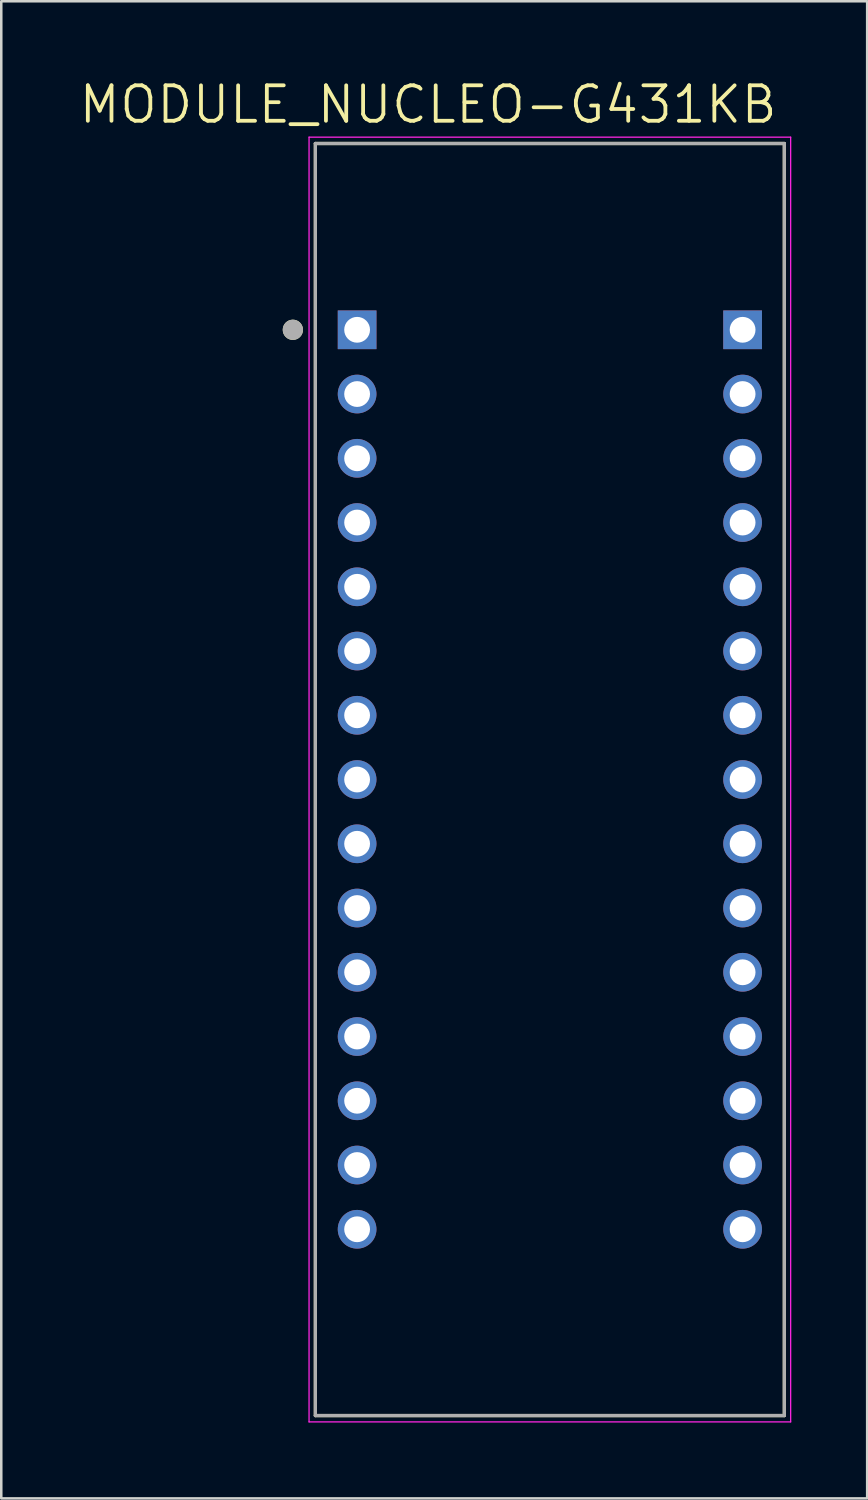
<source format=kicad_pcb>
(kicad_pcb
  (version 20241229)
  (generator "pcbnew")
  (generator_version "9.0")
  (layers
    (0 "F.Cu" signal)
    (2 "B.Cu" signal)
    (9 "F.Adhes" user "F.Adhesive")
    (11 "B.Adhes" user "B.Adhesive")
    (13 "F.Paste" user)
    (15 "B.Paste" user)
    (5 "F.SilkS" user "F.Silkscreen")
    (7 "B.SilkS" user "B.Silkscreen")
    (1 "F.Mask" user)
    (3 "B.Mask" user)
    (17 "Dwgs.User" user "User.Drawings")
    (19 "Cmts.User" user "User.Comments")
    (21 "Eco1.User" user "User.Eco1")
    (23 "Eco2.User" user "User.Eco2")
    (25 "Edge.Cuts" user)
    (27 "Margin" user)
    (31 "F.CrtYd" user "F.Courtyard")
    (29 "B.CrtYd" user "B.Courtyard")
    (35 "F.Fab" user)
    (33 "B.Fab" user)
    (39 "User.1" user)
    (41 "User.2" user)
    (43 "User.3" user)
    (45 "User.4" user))
  (footprint "MODULE_NUCLEO-G431KB"
    (layer "F.Cu")
    (at 18.688 27.768)
    (property "Reference" "MODULE_NUCLEO-G431KB" (at -4.813 -26.684 0) (layer "F.SilkS") (effects (font (size 1.402 1.402) (thickness 0.15))))
    (attr through_hole)
    (fp_line (start -9.27 -25.145) (end 9.27 -25.145) (stroke (width 0.127) (type solid)) (layer "F.SilkS"))
    (fp_line (start -9.27 25.145) (end -9.27 -25.145) (stroke (width 0.127) (type solid)) (layer "F.SilkS"))
    (fp_line (start 9.27 -25.145) (end 9.27 25.145) (stroke (width 0.127) (type solid)) (layer "F.SilkS"))
    (fp_line (start 9.27 25.145) (end -9.27 25.145) (stroke (width 0.127) (type solid)) (layer "F.SilkS"))
    (fp_circle (center -10.16 -17.78) (end -9.96 -17.78) (stroke (width 0.4) (type solid)) (fill no) (layer "F.SilkS"))
    (fp_line (start -9.52 -25.395) (end 9.52 -25.395) (stroke (width 0.05) (type solid)) (layer "F.CrtYd"))
    (fp_line (start -9.52 25.395) (end -9.52 -25.395) (stroke (width 0.05) (type solid)) (layer "F.CrtYd"))
    (fp_line (start 9.52 -25.395) (end 9.52 25.395) (stroke (width 0.05) (type solid)) (layer "F.CrtYd"))
    (fp_line (start 9.52 25.395) (end -9.52 25.395) (stroke (width 0.05) (type solid)) (layer "F.CrtYd"))
    (fp_line (start -9.27 -25.145) (end 9.27 -25.145) (stroke (width 0.127) (type solid)) (layer "F.Fab"))
    (fp_line (start -9.27 25.145) (end -9.27 -25.145) (stroke (width 0.127) (type solid)) (layer "F.Fab"))
    (fp_line (start 9.27 -25.145) (end 9.27 25.145) (stroke (width 0.127) (type solid)) (layer "F.Fab"))
    (fp_line (start 9.27 25.145) (end -9.27 25.145) (stroke (width 0.127) (type solid)) (layer "F.Fab"))
    (fp_circle (center -10.16 -17.78) (end -9.96 -17.78) (stroke (width 0.4) (type solid)) (fill no) (layer "F.Fab"))
    (pad "3_1" thru_hole rect (at -7.62 -17.78) (size 1.53 1.53) (drill 1.02) (layers "*.Cu" "*.Mask"))
    (pad "3_2" thru_hole circle (at -7.62 -15.24) (size 1.53 1.53) (drill 1.02) (layers "*.Cu" "*.Mask"))
    (pad "3_3" thru_hole circle (at -7.62 -12.7) (size 1.53 1.53) (drill 1.02) (layers "*.Cu" "*.Mask"))
    (pad "3_4" thru_hole circle (at -7.62 -10.16) (size 1.53 1.53) (drill 1.02) (layers "*.Cu" "*.Mask"))
    (pad "3_5" thru_hole circle (at -7.62 -7.62) (size 1.53 1.53) (drill 1.02) (layers "*.Cu" "*.Mask"))
    (pad "3_6" thru_hole circle (at -7.62 -5.08) (size 1.53 1.53) (drill 1.02) (layers "*.Cu" "*.Mask"))
    (pad "3_7" thru_hole circle (at -7.62 -2.54) (size 1.53 1.53) (drill 1.02) (layers "*.Cu" "*.Mask"))
    (pad "3_8" thru_hole circle (at -7.62 0) (size 1.53 1.53) (drill 1.02) (layers "*.Cu" "*.Mask"))
    (pad "3_9" thru_hole circle (at -7.62 2.54) (size 1.53 1.53) (drill 1.02) (layers "*.Cu" "*.Mask"))
    (pad "3_10" thru_hole circle (at -7.62 5.08) (size 1.53 1.53) (drill 1.02) (layers "*.Cu" "*.Mask"))
    (pad "3_11" thru_hole circle (at -7.62 7.62) (size 1.53 1.53) (drill 1.02) (layers "*.Cu" "*.Mask"))
    (pad "3_12" thru_hole circle (at -7.62 10.16) (size 1.53 1.53) (drill 1.02) (layers "*.Cu" "*.Mask"))
    (pad "3_13" thru_hole circle (at -7.62 12.7) (size 1.53 1.53) (drill 1.02) (layers "*.Cu" "*.Mask"))
    (pad "3_14" thru_hole circle (at -7.62 15.24) (size 1.53 1.53) (drill 1.02) (layers "*.Cu" "*.Mask"))
    (pad "3_15" thru_hole circle (at -7.62 17.78) (size 1.53 1.53) (drill 1.02) (layers "*.Cu" "*.Mask"))
    (pad "4_1" thru_hole rect (at 7.62 -17.78) (size 1.53 1.53) (drill 1.02) (layers "*.Cu" "*.Mask"))
    (pad "4_2" thru_hole circle (at 7.62 -15.24) (size 1.53 1.53) (drill 1.02) (layers "*.Cu" "*.Mask"))
    (pad "4_3" thru_hole circle (at 7.62 -12.7) (size 1.53 1.53) (drill 1.02) (layers "*.Cu" "*.Mask"))
    (pad "4_4" thru_hole circle (at 7.62 -10.16) (size 1.53 1.53) (drill 1.02) (layers "*.Cu" "*.Mask"))
    (pad "4_5" thru_hole circle (at 7.62 -7.62) (size 1.53 1.53) (drill 1.02) (layers "*.Cu" "*.Mask"))
    (pad "4_6" thru_hole circle (at 7.62 -5.08) (size 1.53 1.53) (drill 1.02) (layers "*.Cu" "*.Mask"))
    (pad "4_7" thru_hole circle (at 7.62 -2.54) (size 1.53 1.53) (drill 1.02) (layers "*.Cu" "*.Mask"))
    (pad "4_8" thru_hole circle (at 7.62 0) (size 1.53 1.53) (drill 1.02) (layers "*.Cu" "*.Mask"))
    (pad "4_9" thru_hole circle (at 7.62 2.54) (size 1.53 1.53) (drill 1.02) (layers "*.Cu" "*.Mask"))
    (pad "4_10" thru_hole circle (at 7.62 5.08) (size 1.53 1.53) (drill 1.02) (layers "*.Cu" "*.Mask"))
    (pad "4_11" thru_hole circle (at 7.62 7.62) (size 1.53 1.53) (drill 1.02) (layers "*.Cu" "*.Mask"))
    (pad "4_12" thru_hole circle (at 7.62 10.16) (size 1.53 1.53) (drill 1.02) (layers "*.Cu" "*.Mask"))
    (pad "4_13" thru_hole circle (at 7.62 12.7) (size 1.53 1.53) (drill 1.02) (layers "*.Cu" "*.Mask"))
    (pad "4_14" thru_hole circle (at 7.62 15.24) (size 1.53 1.53) (drill 1.02) (layers "*.Cu" "*.Mask"))
    (pad "4_15" thru_hole circle (at 7.62 17.78) (size 1.53 1.53) (drill 1.02) (layers "*.Cu" "*.Mask")))
  (gr_rect
    (start -3 -3)
    (end 31.233 56.188)
    (stroke (width 0.1) (type default))
    (fill no)
    (layer "Edge.Cuts")))
</source>
